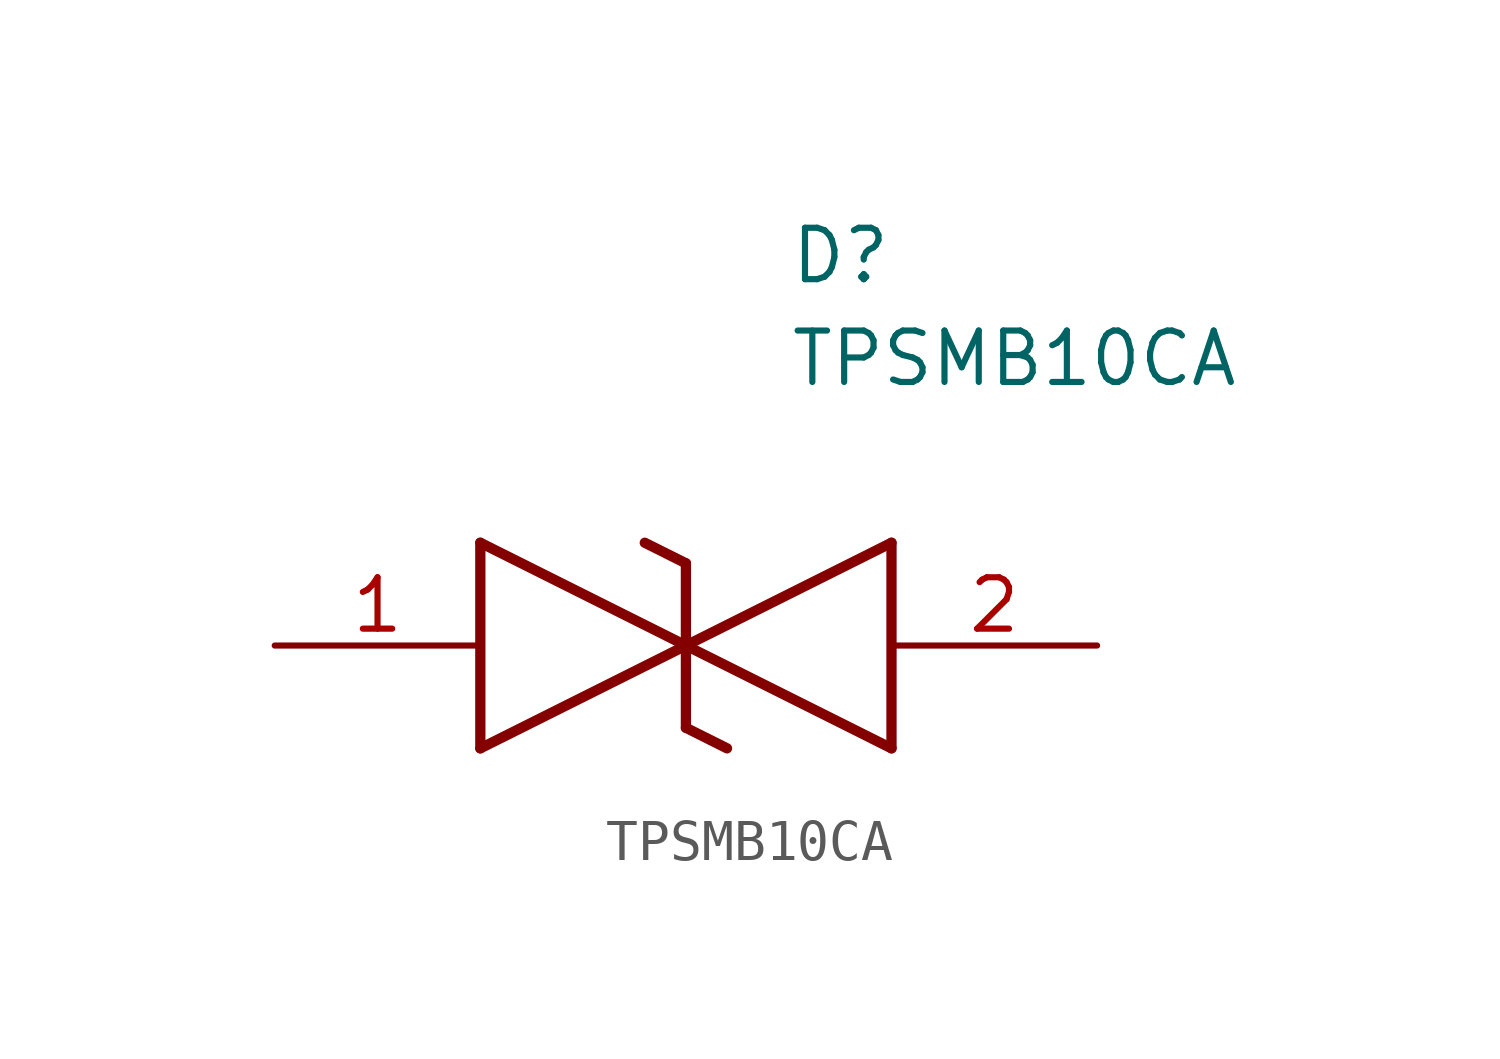
<source format=kicad_sym>
(kicad_symbol_lib
  (version 20211014)
  (generator SamacSys_ECAD_Model)
  (symbol "TPSMB10CA"
    (pin_names hide)
    (property "Reference" "D"
      (at 12.7 8.89 0)
      (effects (font (size 1.27 1.27)) (justify left bottom)))
    (property "Value" "TPSMB10CA"
      (at 12.7 6.35 0)
      (effects (font (size 1.27 1.27)) (justify left bottom)))
    (polyline
      (pts (xy 10.16 0) (xy 5.08 -2.54))
      (stroke (width 0.254) (type default))
      (fill (type none)))
    (polyline
      (pts (xy 5.08 2.54) (xy 5.08 -2.54))
      (stroke (width 0.254) (type default))
      (fill (type none)))
    (polyline
      (pts (xy 5.08 2.54) (xy 10.16 0))
      (stroke (width 0.254) (type default))
      (fill (type none)))
    (polyline
      (pts (xy 10.16 0) (xy 15.24 -2.54))
      (stroke (width 0.254) (type default))
      (fill (type none)))
    (polyline
      (pts (xy 15.24 2.54) (xy 15.24 -2.54))
      (stroke (width 0.254) (type default))
      (fill (type none)))
    (polyline
      (pts (xy 15.24 2.54) (xy 10.16 0))
      (stroke (width 0.254) (type default))
      (fill (type none)))
    (polyline
      (pts (xy 10.16 -2.032) (xy 10.16 2.032))
      (stroke (width 0.254) (type default))
      (fill (type none)))
    (polyline
      (pts (xy 9.144 2.54) (xy 10.16 2.032))
      (stroke (width 0.254) (type default))
      (fill (type none)))
    (polyline
      (pts (xy 10.16 -2.032) (xy 11.176 -2.54))
      (stroke (width 0.254) (type default))
      (fill (type none)))
    (pin passive line
      (at 0 0 0)
      (length 5.08)
      (name "1" (effects (font (size 1.27 1.27))))
      (number "1" (effects (font (size 1.27 1.27)))))
    (pin passive line
      (at 20.32 0 180)
      (length 5.08)
      (name "2" (effects (font (size 1.27 1.27))))
      (number "2" (effects (font (size 1.27 1.27)))))))
</source>
